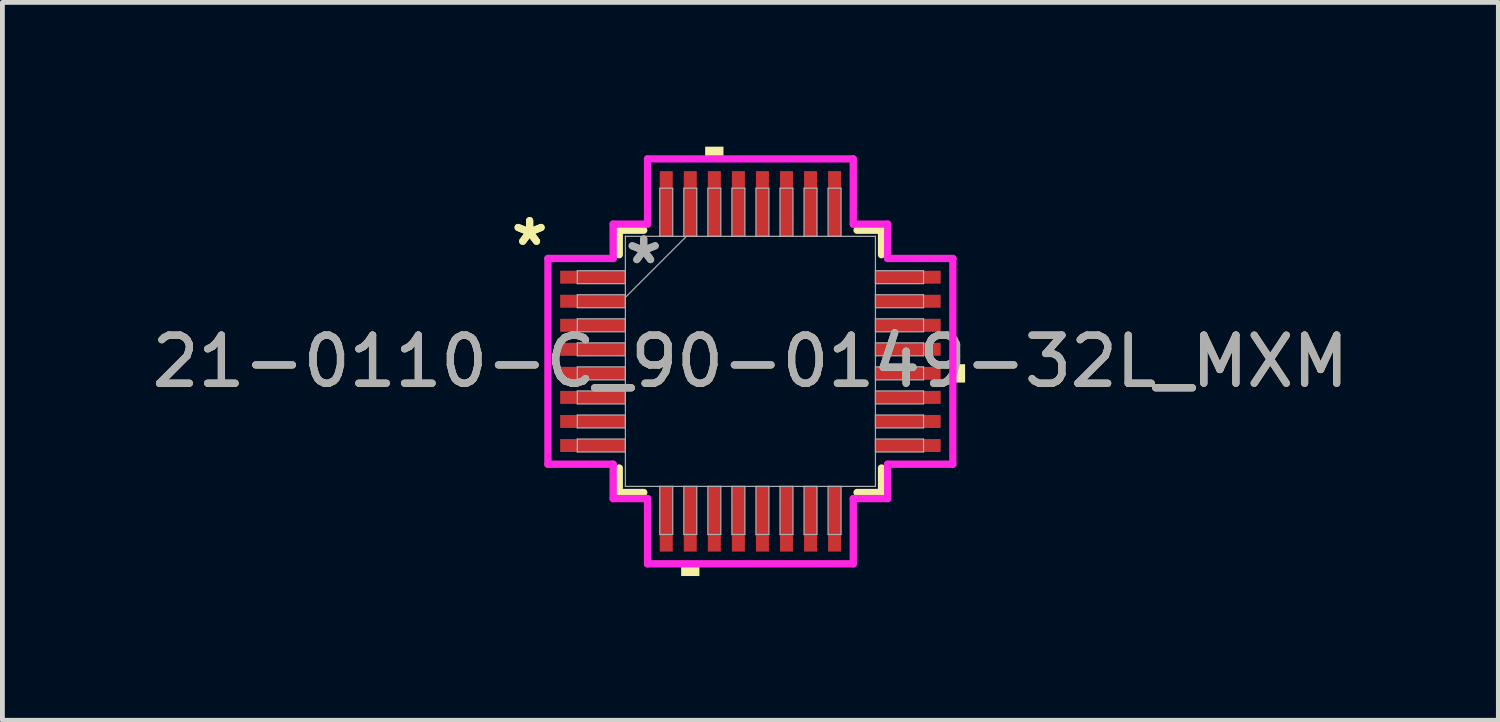
<source format=kicad_pcb>
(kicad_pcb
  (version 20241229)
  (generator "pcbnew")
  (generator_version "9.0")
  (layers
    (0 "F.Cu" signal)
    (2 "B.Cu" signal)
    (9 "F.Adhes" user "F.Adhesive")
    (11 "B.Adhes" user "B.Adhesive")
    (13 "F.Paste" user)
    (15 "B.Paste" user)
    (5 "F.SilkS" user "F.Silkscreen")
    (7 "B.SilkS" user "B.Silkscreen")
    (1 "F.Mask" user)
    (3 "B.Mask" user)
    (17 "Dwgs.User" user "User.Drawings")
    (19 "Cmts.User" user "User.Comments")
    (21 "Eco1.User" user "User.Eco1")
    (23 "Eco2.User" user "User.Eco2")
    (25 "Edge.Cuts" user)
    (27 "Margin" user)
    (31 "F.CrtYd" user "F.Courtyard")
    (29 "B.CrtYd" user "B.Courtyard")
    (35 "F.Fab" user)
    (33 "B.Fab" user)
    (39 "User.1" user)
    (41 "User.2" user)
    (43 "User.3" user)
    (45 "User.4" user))
  (footprint "21-0110-C_90-0149-32L_MXM"
    (layer "F.Cu")
    (at 12.554 4.464)
    (property "Reference" "21-0110-C_90-0149-32L_MXM" (at 0 0 0) (unlocked yes) (layer "F.SilkS") (effects (font (size 1 1) (thickness 0.15))))
    (attr smd)
    (fp_line (start -2.727 -2.727) (end -2.727 -2.218) (stroke (width 0.152) (type solid)) (layer "F.SilkS"))
    (fp_line (start -2.727 2.218) (end -2.727 2.727) (stroke (width 0.152) (type solid)) (layer "F.SilkS"))
    (fp_line (start -2.727 2.727) (end -2.218 2.727) (stroke (width 0.152) (type solid)) (layer "F.SilkS"))
    (fp_line (start -2.218 -2.727) (end -2.727 -2.727) (stroke (width 0.152) (type solid)) (layer "F.SilkS"))
    (fp_line (start 2.218 2.727) (end 2.727 2.727) (stroke (width 0.152) (type solid)) (layer "F.SilkS"))
    (fp_line (start 2.727 -2.727) (end 2.218 -2.727) (stroke (width 0.152) (type solid)) (layer "F.SilkS"))
    (fp_line (start 2.727 -2.218) (end 2.727 -2.727) (stroke (width 0.152) (type solid)) (layer "F.SilkS"))
    (fp_line (start 2.727 2.727) (end 2.727 2.218) (stroke (width 0.152) (type solid)) (layer "F.SilkS"))
    (fp_poly (pts (xy -1.44 4.21) (xy -1.44 4.464) (xy -1.06 4.464) (xy -1.06 4.21)) (stroke (width 0) (type solid)) (fill yes) (layer "F.SilkS"))
    (fp_poly (pts (xy -0.941 -4.21) (xy -0.941 -4.464) (xy -0.56 -4.464) (xy -0.56 -4.21)) (stroke (width 0) (type solid)) (fill yes) (layer "F.SilkS"))
    (fp_poly (pts (xy 4.464 0.059) (xy 4.464 0.441) (xy 4.21 0.441) (xy 4.21 0.059)) (stroke (width 0) (type solid)) (fill yes) (layer "F.SilkS"))
    (fp_line (start -4.21 -2.139) (end -2.854 -2.139) (stroke (width 0.152) (type solid)) (layer "F.CrtYd"))
    (fp_line (start -4.21 2.139) (end -4.21 -2.139) (stroke (width 0.152) (type solid)) (layer "F.CrtYd"))
    (fp_line (start -2.854 -2.854) (end -2.139 -2.854) (stroke (width 0.152) (type solid)) (layer "F.CrtYd"))
    (fp_line (start -2.854 -2.139) (end -2.854 -2.854) (stroke (width 0.152) (type solid)) (layer "F.CrtYd"))
    (fp_line (start -2.854 2.139) (end -4.21 2.139) (stroke (width 0.152) (type solid)) (layer "F.CrtYd"))
    (fp_line (start -2.854 2.854) (end -2.854 2.139) (stroke (width 0.152) (type solid)) (layer "F.CrtYd"))
    (fp_line (start -2.854 2.854) (end -2.139 2.854) (stroke (width 0.152) (type solid)) (layer "F.CrtYd"))
    (fp_line (start -2.139 -4.21) (end 2.139 -4.21) (stroke (width 0.152) (type solid)) (layer "F.CrtYd"))
    (fp_line (start -2.139 -2.854) (end -2.139 -4.21) (stroke (width 0.152) (type solid)) (layer "F.CrtYd"))
    (fp_line (start -2.139 2.854) (end -2.139 4.21) (stroke (width 0.152) (type solid)) (layer "F.CrtYd"))
    (fp_line (start -2.139 4.21) (end 2.139 4.21) (stroke (width 0.152) (type solid)) (layer "F.CrtYd"))
    (fp_line (start 2.139 -4.21) (end 2.139 -2.854) (stroke (width 0.152) (type solid)) (layer "F.CrtYd"))
    (fp_line (start 2.139 -2.854) (end 2.854 -2.854) (stroke (width 0.152) (type solid)) (layer "F.CrtYd"))
    (fp_line (start 2.139 2.854) (end 2.854 2.854) (stroke (width 0.152) (type solid)) (layer "F.CrtYd"))
    (fp_line (start 2.139 4.21) (end 2.139 2.854) (stroke (width 0.152) (type solid)) (layer "F.CrtYd"))
    (fp_line (start 2.854 -2.139) (end 2.854 -2.854) (stroke (width 0.152) (type solid)) (layer "F.CrtYd"))
    (fp_line (start 2.854 2.139) (end 4.21 2.139) (stroke (width 0.152) (type solid)) (layer "F.CrtYd"))
    (fp_line (start 2.854 2.854) (end 2.854 2.139) (stroke (width 0.152) (type solid)) (layer "F.CrtYd"))
    (fp_line (start 4.21 -2.139) (end 2.854 -2.139) (stroke (width 0.152) (type solid)) (layer "F.CrtYd"))
    (fp_line (start 4.21 2.139) (end 4.21 -2.139) (stroke (width 0.152) (type solid)) (layer "F.CrtYd"))
    (fp_line (start -3.6 -1.885) (end -3.6 -1.615) (stroke (width 0.025) (type solid)) (layer "F.Fab"))
    (fp_line (start -3.6 -1.615) (end -2.6 -1.615) (stroke (width 0.025) (type solid)) (layer "F.Fab"))
    (fp_line (start -3.6 -1.385) (end -3.6 -1.115) (stroke (width 0.025) (type solid)) (layer "F.Fab"))
    (fp_line (start -3.6 -1.115) (end -2.6 -1.115) (stroke (width 0.025) (type solid)) (layer "F.Fab"))
    (fp_line (start -3.6 -0.885) (end -3.6 -0.615) (stroke (width 0.025) (type solid)) (layer "F.Fab"))
    (fp_line (start -3.6 -0.615) (end -2.6 -0.615) (stroke (width 0.025) (type solid)) (layer "F.Fab"))
    (fp_line (start -3.6 -0.385) (end -3.6 -0.115) (stroke (width 0.025) (type solid)) (layer "F.Fab"))
    (fp_line (start -3.6 -0.115) (end -2.6 -0.115) (stroke (width 0.025) (type solid)) (layer "F.Fab"))
    (fp_line (start -3.6 0.115) (end -3.6 0.385) (stroke (width 0.025) (type solid)) (layer "F.Fab"))
    (fp_line (start -3.6 0.385) (end -2.6 0.385) (stroke (width 0.025) (type solid)) (layer "F.Fab"))
    (fp_line (start -3.6 0.615) (end -3.6 0.885) (stroke (width 0.025) (type solid)) (layer "F.Fab"))
    (fp_line (start -3.6 0.885) (end -2.6 0.885) (stroke (width 0.025) (type solid)) (layer "F.Fab"))
    (fp_line (start -3.6 1.115) (end -3.6 1.385) (stroke (width 0.025) (type solid)) (layer "F.Fab"))
    (fp_line (start -3.6 1.385) (end -2.6 1.385) (stroke (width 0.025) (type solid)) (layer "F.Fab"))
    (fp_line (start -3.6 1.615) (end -3.6 1.885) (stroke (width 0.025) (type solid)) (layer "F.Fab"))
    (fp_line (start -3.6 1.885) (end -2.6 1.885) (stroke (width 0.025) (type solid)) (layer "F.Fab"))
    (fp_line (start -2.6 -2.6) (end -2.6 -2.6) (stroke (width 0.025) (type solid)) (layer "F.Fab"))
    (fp_line (start -2.6 -2.6) (end -2.6 2.6) (stroke (width 0.025) (type solid)) (layer "F.Fab"))
    (fp_line (start -2.6 -1.885) (end -3.6 -1.885) (stroke (width 0.025) (type solid)) (layer "F.Fab"))
    (fp_line (start -2.6 -1.615) (end -2.6 -1.885) (stroke (width 0.025) (type solid)) (layer "F.Fab"))
    (fp_line (start -2.6 -1.385) (end -3.6 -1.385) (stroke (width 0.025) (type solid)) (layer "F.Fab"))
    (fp_line (start -2.6 -1.33) (end -1.33 -2.6) (stroke (width 0.025) (type solid)) (layer "F.Fab"))
    (fp_line (start -2.6 -1.115) (end -2.6 -1.385) (stroke (width 0.025) (type solid)) (layer "F.Fab"))
    (fp_line (start -2.6 -0.885) (end -3.6 -0.885) (stroke (width 0.025) (type solid)) (layer "F.Fab"))
    (fp_line (start -2.6 -0.615) (end -2.6 -0.885) (stroke (width 0.025) (type solid)) (layer "F.Fab"))
    (fp_line (start -2.6 -0.385) (end -3.6 -0.385) (stroke (width 0.025) (type solid)) (layer "F.Fab"))
    (fp_line (start -2.6 -0.115) (end -2.6 -0.385) (stroke (width 0.025) (type solid)) (layer "F.Fab"))
    (fp_line (start -2.6 0.115) (end -3.6 0.115) (stroke (width 0.025) (type solid)) (layer "F.Fab"))
    (fp_line (start -2.6 0.385) (end -2.6 0.115) (stroke (width 0.025) (type solid)) (layer "F.Fab"))
    (fp_line (start -2.6 0.615) (end -3.6 0.615) (stroke (width 0.025) (type solid)) (layer "F.Fab"))
    (fp_line (start -2.6 0.885) (end -2.6 0.615) (stroke (width 0.025) (type solid)) (layer "F.Fab"))
    (fp_line (start -2.6 1.115) (end -3.6 1.115) (stroke (width 0.025) (type solid)) (layer "F.Fab"))
    (fp_line (start -2.6 1.385) (end -2.6 1.115) (stroke (width 0.025) (type solid)) (layer "F.Fab"))
    (fp_line (start -2.6 1.615) (end -3.6 1.615) (stroke (width 0.025) (type solid)) (layer "F.Fab"))
    (fp_line (start -2.6 1.885) (end -2.6 1.615) (stroke (width 0.025) (type solid)) (layer "F.Fab"))
    (fp_line (start -2.6 2.6) (end -2.6 2.6) (stroke (width 0.025) (type solid)) (layer "F.Fab"))
    (fp_line (start -2.6 2.6) (end 2.6 2.6) (stroke (width 0.025) (type solid)) (layer "F.Fab"))
    (fp_line (start -1.885 -3.6) (end -1.885 -2.6) (stroke (width 0.025) (type solid)) (layer "F.Fab"))
    (fp_line (start -1.885 -2.6) (end -1.615 -2.6) (stroke (width 0.025) (type solid)) (layer "F.Fab"))
    (fp_line (start -1.885 2.6) (end -1.885 3.6) (stroke (width 0.025) (type solid)) (layer "F.Fab"))
    (fp_line (start -1.885 3.6) (end -1.615 3.6) (stroke (width 0.025) (type solid)) (layer "F.Fab"))
    (fp_line (start -1.615 -3.6) (end -1.885 -3.6) (stroke (width 0.025) (type solid)) (layer "F.Fab"))
    (fp_line (start -1.615 -2.6) (end -1.615 -3.6) (stroke (width 0.025) (type solid)) (layer "F.Fab"))
    (fp_line (start -1.615 2.6) (end -1.885 2.6) (stroke (width 0.025) (type solid)) (layer "F.Fab"))
    (fp_line (start -1.615 3.6) (end -1.615 2.6) (stroke (width 0.025) (type solid)) (layer "F.Fab"))
    (fp_line (start -1.385 -3.6) (end -1.385 -2.6) (stroke (width 0.025) (type solid)) (layer "F.Fab"))
    (fp_line (start -1.385 -2.6) (end -1.115 -2.6) (stroke (width 0.025) (type solid)) (layer "F.Fab"))
    (fp_line (start -1.385 2.6) (end -1.385 3.6) (stroke (width 0.025) (type solid)) (layer "F.Fab"))
    (fp_line (start -1.385 3.6) (end -1.115 3.6) (stroke (width 0.025) (type solid)) (layer "F.Fab"))
    (fp_line (start -1.115 -3.6) (end -1.385 -3.6) (stroke (width 0.025) (type solid)) (layer "F.Fab"))
    (fp_line (start -1.115 -2.6) (end -1.115 -3.6) (stroke (width 0.025) (type solid)) (layer "F.Fab"))
    (fp_line (start -1.115 2.6) (end -1.385 2.6) (stroke (width 0.025) (type solid)) (layer "F.Fab"))
    (fp_line (start -1.115 3.6) (end -1.115 2.6) (stroke (width 0.025) (type solid)) (layer "F.Fab"))
    (fp_line (start -0.885 -3.6) (end -0.885 -2.6) (stroke (width 0.025) (type solid)) (layer "F.Fab"))
    (fp_line (start -0.885 -2.6) (end -0.615 -2.6) (stroke (width 0.025) (type solid)) (layer "F.Fab"))
    (fp_line (start -0.885 2.6) (end -0.885 3.6) (stroke (width 0.025) (type solid)) (layer "F.Fab"))
    (fp_line (start -0.885 3.6) (end -0.615 3.6) (stroke (width 0.025) (type solid)) (layer "F.Fab"))
    (fp_line (start -0.615 -3.6) (end -0.885 -3.6) (stroke (width 0.025) (type solid)) (layer "F.Fab"))
    (fp_line (start -0.615 -2.6) (end -0.615 -3.6) (stroke (width 0.025) (type solid)) (layer "F.Fab"))
    (fp_line (start -0.615 2.6) (end -0.885 2.6) (stroke (width 0.025) (type solid)) (layer "F.Fab"))
    (fp_line (start -0.615 3.6) (end -0.615 2.6) (stroke (width 0.025) (type solid)) (layer "F.Fab"))
    (fp_line (start -0.385 -3.6) (end -0.385 -2.6) (stroke (width 0.025) (type solid)) (layer "F.Fab"))
    (fp_line (start -0.385 -2.6) (end -0.115 -2.6) (stroke (width 0.025) (type solid)) (layer "F.Fab"))
    (fp_line (start -0.385 2.6) (end -0.385 3.6) (stroke (width 0.025) (type solid)) (layer "F.Fab"))
    (fp_line (start -0.385 3.6) (end -0.115 3.6) (stroke (width 0.025) (type solid)) (layer "F.Fab"))
    (fp_line (start -0.115 -3.6) (end -0.385 -3.6) (stroke (width 0.025) (type solid)) (layer "F.Fab"))
    (fp_line (start -0.115 -2.6) (end -0.115 -3.6) (stroke (width 0.025) (type solid)) (layer "F.Fab"))
    (fp_line (start -0.115 2.6) (end -0.385 2.6) (stroke (width 0.025) (type solid)) (layer "F.Fab"))
    (fp_line (start -0.115 3.6) (end -0.115 2.6) (stroke (width 0.025) (type solid)) (layer "F.Fab"))
    (fp_line (start 0.115 -3.6) (end 0.115 -2.6) (stroke (width 0.025) (type solid)) (layer "F.Fab"))
    (fp_line (start 0.115 -2.6) (end 0.385 -2.6) (stroke (width 0.025) (type solid)) (layer "F.Fab"))
    (fp_line (start 0.115 2.6) (end 0.115 3.6) (stroke (width 0.025) (type solid)) (layer "F.Fab"))
    (fp_line (start 0.115 3.6) (end 0.385 3.6) (stroke (width 0.025) (type solid)) (layer "F.Fab"))
    (fp_line (start 0.385 -3.6) (end 0.115 -3.6) (stroke (width 0.025) (type solid)) (layer "F.Fab"))
    (fp_line (start 0.385 -2.6) (end 0.385 -3.6) (stroke (width 0.025) (type solid)) (layer "F.Fab"))
    (fp_line (start 0.385 2.6) (end 0.115 2.6) (stroke (width 0.025) (type solid)) (layer "F.Fab"))
    (fp_line (start 0.385 3.6) (end 0.385 2.6) (stroke (width 0.025) (type solid)) (layer "F.Fab"))
    (fp_line (start 0.615 -3.6) (end 0.615 -2.6) (stroke (width 0.025) (type solid)) (layer "F.Fab"))
    (fp_line (start 0.615 -2.6) (end 0.885 -2.6) (stroke (width 0.025) (type solid)) (layer "F.Fab"))
    (fp_line (start 0.615 2.6) (end 0.615 3.6) (stroke (width 0.025) (type solid)) (layer "F.Fab"))
    (fp_line (start 0.615 3.6) (end 0.885 3.6) (stroke (width 0.025) (type solid)) (layer "F.Fab"))
    (fp_line (start 0.885 -3.6) (end 0.615 -3.6) (stroke (width 0.025) (type solid)) (layer "F.Fab"))
    (fp_line (start 0.885 -2.6) (end 0.885 -3.6) (stroke (width 0.025) (type solid)) (layer "F.Fab"))
    (fp_line (start 0.885 2.6) (end 0.615 2.6) (stroke (width 0.025) (type solid)) (layer "F.Fab"))
    (fp_line (start 0.885 3.6) (end 0.885 2.6) (stroke (width 0.025) (type solid)) (layer "F.Fab"))
    (fp_line (start 1.115 -3.6) (end 1.115 -2.6) (stroke (width 0.025) (type solid)) (layer "F.Fab"))
    (fp_line (start 1.115 -2.6) (end 1.385 -2.6) (stroke (width 0.025) (type solid)) (layer "F.Fab"))
    (fp_line (start 1.115 2.6) (end 1.115 3.6) (stroke (width 0.025) (type solid)) (layer "F.Fab"))
    (fp_line (start 1.115 3.6) (end 1.385 3.6) (stroke (width 0.025) (type solid)) (layer "F.Fab"))
    (fp_line (start 1.385 -3.6) (end 1.115 -3.6) (stroke (width 0.025) (type solid)) (layer "F.Fab"))
    (fp_line (start 1.385 -2.6) (end 1.385 -3.6) (stroke (width 0.025) (type solid)) (layer "F.Fab"))
    (fp_line (start 1.385 2.6) (end 1.115 2.6) (stroke (width 0.025) (type solid)) (layer "F.Fab"))
    (fp_line (start 1.385 3.6) (end 1.385 2.6) (stroke (width 0.025) (type solid)) (layer "F.Fab"))
    (fp_line (start 1.615 -3.6) (end 1.615 -2.6) (stroke (width 0.025) (type solid)) (layer "F.Fab"))
    (fp_line (start 1.615 -2.6) (end 1.885 -2.6) (stroke (width 0.025) (type solid)) (layer "F.Fab"))
    (fp_line (start 1.615 2.6) (end 1.615 3.6) (stroke (width 0.025) (type solid)) (layer "F.Fab"))
    (fp_line (start 1.615 3.6) (end 1.885 3.6) (stroke (width 0.025) (type solid)) (layer "F.Fab"))
    (fp_line (start 1.885 -3.6) (end 1.615 -3.6) (stroke (width 0.025) (type solid)) (layer "F.Fab"))
    (fp_line (start 1.885 -2.6) (end 1.885 -3.6) (stroke (width 0.025) (type solid)) (layer "F.Fab"))
    (fp_line (start 1.885 2.6) (end 1.615 2.6) (stroke (width 0.025) (type solid)) (layer "F.Fab"))
    (fp_line (start 1.885 3.6) (end 1.885 2.6) (stroke (width 0.025) (type solid)) (layer "F.Fab"))
    (fp_line (start 2.6 -2.6) (end -2.6 -2.6) (stroke (width 0.025) (type solid)) (layer "F.Fab"))
    (fp_line (start 2.6 -2.6) (end 2.6 -2.6) (stroke (width 0.025) (type solid)) (layer "F.Fab"))
    (fp_line (start 2.6 -1.885) (end 2.6 -1.615) (stroke (width 0.025) (type solid)) (layer "F.Fab"))
    (fp_line (start 2.6 -1.615) (end 3.6 -1.615) (stroke (width 0.025) (type solid)) (layer "F.Fab"))
    (fp_line (start 2.6 -1.385) (end 2.6 -1.115) (stroke (width 0.025) (type solid)) (layer "F.Fab"))
    (fp_line (start 2.6 -1.115) (end 3.6 -1.115) (stroke (width 0.025) (type solid)) (layer "F.Fab"))
    (fp_line (start 2.6 -0.885) (end 2.6 -0.615) (stroke (width 0.025) (type solid)) (layer "F.Fab"))
    (fp_line (start 2.6 -0.615) (end 3.6 -0.615) (stroke (width 0.025) (type solid)) (layer "F.Fab"))
    (fp_line (start 2.6 -0.385) (end 2.6 -0.115) (stroke (width 0.025) (type solid)) (layer "F.Fab"))
    (fp_line (start 2.6 -0.115) (end 3.6 -0.115) (stroke (width 0.025) (type solid)) (layer "F.Fab"))
    (fp_line (start 2.6 0.115) (end 2.6 0.385) (stroke (width 0.025) (type solid)) (layer "F.Fab"))
    (fp_line (start 2.6 0.385) (end 3.6 0.385) (stroke (width 0.025) (type solid)) (layer "F.Fab"))
    (fp_line (start 2.6 0.615) (end 2.6 0.885) (stroke (width 0.025) (type solid)) (layer "F.Fab"))
    (fp_line (start 2.6 0.885) (end 3.6 0.885) (stroke (width 0.025) (type solid)) (layer "F.Fab"))
    (fp_line (start 2.6 1.115) (end 2.6 1.385) (stroke (width 0.025) (type solid)) (layer "F.Fab"))
    (fp_line (start 2.6 1.385) (end 3.6 1.385) (stroke (width 0.025) (type solid)) (layer "F.Fab"))
    (fp_line (start 2.6 1.615) (end 2.6 1.885) (stroke (width 0.025) (type solid)) (layer "F.Fab"))
    (fp_line (start 2.6 1.885) (end 3.6 1.885) (stroke (width 0.025) (type solid)) (layer "F.Fab"))
    (fp_line (start 2.6 2.6) (end 2.6 -2.6) (stroke (width 0.025) (type solid)) (layer "F.Fab"))
    (fp_line (start 2.6 2.6) (end 2.6 2.6) (stroke (width 0.025) (type solid)) (layer "F.Fab"))
    (fp_line (start 3.6 -1.885) (end 2.6 -1.885) (stroke (width 0.025) (type solid)) (layer "F.Fab"))
    (fp_line (start 3.6 -1.615) (end 3.6 -1.885) (stroke (width 0.025) (type solid)) (layer "F.Fab"))
    (fp_line (start 3.6 -1.385) (end 2.6 -1.385) (stroke (width 0.025) (type solid)) (layer "F.Fab"))
    (fp_line (start 3.6 -1.115) (end 3.6 -1.385) (stroke (width 0.025) (type solid)) (layer "F.Fab"))
    (fp_line (start 3.6 -0.885) (end 2.6 -0.885) (stroke (width 0.025) (type solid)) (layer "F.Fab"))
    (fp_line (start 3.6 -0.615) (end 3.6 -0.885) (stroke (width 0.025) (type solid)) (layer "F.Fab"))
    (fp_line (start 3.6 -0.385) (end 2.6 -0.385) (stroke (width 0.025) (type solid)) (layer "F.Fab"))
    (fp_line (start 3.6 -0.115) (end 3.6 -0.385) (stroke (width 0.025) (type solid)) (layer "F.Fab"))
    (fp_line (start 3.6 0.115) (end 2.6 0.115) (stroke (width 0.025) (type solid)) (layer "F.Fab"))
    (fp_line (start 3.6 0.385) (end 3.6 0.115) (stroke (width 0.025) (type solid)) (layer "F.Fab"))
    (fp_line (start 3.6 0.615) (end 2.6 0.615) (stroke (width 0.025) (type solid)) (layer "F.Fab"))
    (fp_line (start 3.6 0.885) (end 3.6 0.615) (stroke (width 0.025) (type solid)) (layer "F.Fab"))
    (fp_line (start 3.6 1.115) (end 2.6 1.115) (stroke (width 0.025) (type solid)) (layer "F.Fab"))
    (fp_line (start 3.6 1.385) (end 3.6 1.115) (stroke (width 0.025) (type solid)) (layer "F.Fab"))
    (fp_line (start 3.6 1.615) (end 2.6 1.615) (stroke (width 0.025) (type solid)) (layer "F.Fab"))
    (fp_line (start 3.6 1.885) (end 3.6 1.615) (stroke (width 0.025) (type solid)) (layer "F.Fab"))
    (fp_text user "*" (at -4.591 -2.381 0) (layer "F.SilkS") (effects (font (size 1 1) (thickness 0.15))))
    (fp_text user "*" (at -4.591 -2.381 0) (unlocked yes) (layer "F.SilkS") (effects (font (size 1 1) (thickness 0.15))))
    (fp_text user "*" (at -2.219 -2 0) (unlocked yes) (layer "F.Fab") (effects (font (size 1 1) (thickness 0.15))))
    (fp_text user "*" (at -2.219 -2 0) (layer "F.Fab") (effects (font (size 1 1) (thickness 0.15))))
    (fp_text user "${REFERENCE}" (at 0 0 0) (unlocked yes) (layer "F.Fab") (effects (font (size 1 1) (thickness 0.15))))
    (pad "1" smd rect (at -3.278 -1.75 90) (size 0.27 1.356) (layers "F.Cu" "F.Mask" "F.Paste"))
    (pad "2" smd rect (at -3.278 -1.25 90) (size 0.27 1.356) (layers "F.Cu" "F.Mask" "F.Paste"))
    (pad "3" smd rect (at -3.278 -0.75 90) (size 0.27 1.356) (layers "F.Cu" "F.Mask" "F.Paste"))
    (pad "4" smd rect (at -3.278 -0.25 90) (size 0.27 1.356) (layers "F.Cu" "F.Mask" "F.Paste"))
    (pad "5" smd rect (at -3.278 0.25 90) (size 0.27 1.356) (layers "F.Cu" "F.Mask" "F.Paste"))
    (pad "6" smd rect (at -3.278 0.75 90) (size 0.27 1.356) (layers "F.Cu" "F.Mask" "F.Paste"))
    (pad "7" smd rect (at -3.278 1.25 90) (size 0.27 1.356) (layers "F.Cu" "F.Mask" "F.Paste"))
    (pad "8" smd rect (at -3.278 1.75 90) (size 0.27 1.356) (layers "F.Cu" "F.Mask" "F.Paste"))
    (pad "9" smd rect (at -1.75 3.278) (size 0.27 1.356) (layers "F.Cu" "F.Mask" "F.Paste"))
    (pad "10" smd rect (at -1.25 3.278) (size 0.27 1.356) (layers "F.Cu" "F.Mask" "F.Paste"))
    (pad "11" smd rect (at -0.75 3.278) (size 0.27 1.356) (layers "F.Cu" "F.Mask" "F.Paste"))
    (pad "12" smd rect (at -0.25 3.278) (size 0.27 1.356) (layers "F.Cu" "F.Mask" "F.Paste"))
    (pad "13" smd rect (at 0.25 3.278) (size 0.27 1.356) (layers "F.Cu" "F.Mask" "F.Paste"))
    (pad "14" smd rect (at 0.75 3.278) (size 0.27 1.356) (layers "F.Cu" "F.Mask" "F.Paste"))
    (pad "15" smd rect (at 1.25 3.278) (size 0.27 1.356) (layers "F.Cu" "F.Mask" "F.Paste"))
    (pad "16" smd rect (at 1.75 3.278) (size 0.27 1.356) (layers "F.Cu" "F.Mask" "F.Paste"))
    (pad "17" smd rect (at 3.278 1.75 90) (size 0.27 1.356) (layers "F.Cu" "F.Mask" "F.Paste"))
    (pad "18" smd rect (at 3.278 1.25 90) (size 0.27 1.356) (layers "F.Cu" "F.Mask" "F.Paste"))
    (pad "19" smd rect (at 3.278 0.75 90) (size 0.27 1.356) (layers "F.Cu" "F.Mask" "F.Paste"))
    (pad "20" smd rect (at 3.278 0.25 90) (size 0.27 1.356) (layers "F.Cu" "F.Mask" "F.Paste"))
    (pad "21" smd rect (at 3.278 -0.25 90) (size 0.27 1.356) (layers "F.Cu" "F.Mask" "F.Paste"))
    (pad "22" smd rect (at 3.278 -0.75 90) (size 0.27 1.356) (layers "F.Cu" "F.Mask" "F.Paste"))
    (pad "23" smd rect (at 3.278 -1.25 90) (size 0.27 1.356) (layers "F.Cu" "F.Mask" "F.Paste"))
    (pad "24" smd rect (at 3.278 -1.75 90) (size 0.27 1.356) (layers "F.Cu" "F.Mask" "F.Paste"))
    (pad "25" smd rect (at 1.75 -3.278) (size 0.27 1.356) (layers "F.Cu" "F.Mask" "F.Paste"))
    (pad "26" smd rect (at 1.25 -3.278) (size 0.27 1.356) (layers "F.Cu" "F.Mask" "F.Paste"))
    (pad "27" smd rect (at 0.75 -3.278) (size 0.27 1.356) (layers "F.Cu" "F.Mask" "F.Paste"))
    (pad "28" smd rect (at 0.25 -3.278) (size 0.27 1.356) (layers "F.Cu" "F.Mask" "F.Paste"))
    (pad "29" smd rect (at -0.25 -3.278) (size 0.27 1.356) (layers "F.Cu" "F.Mask" "F.Paste"))
    (pad "30" smd rect (at -0.75 -3.278) (size 0.27 1.356) (layers "F.Cu" "F.Mask" "F.Paste"))
    (pad "31" smd rect (at -1.25 -3.278) (size 0.27 1.356) (layers "F.Cu" "F.Mask" "F.Paste"))
    (pad "32" smd rect (at -1.75 -3.278) (size 0.27 1.356) (layers "F.Cu" "F.Mask" "F.Paste")))
  (gr_rect
    (start -3 -3)
    (end 28.107 11.927)
    (stroke (width 0.1) (type default))
    (fill no)
    (layer "Edge.Cuts")))
</source>
